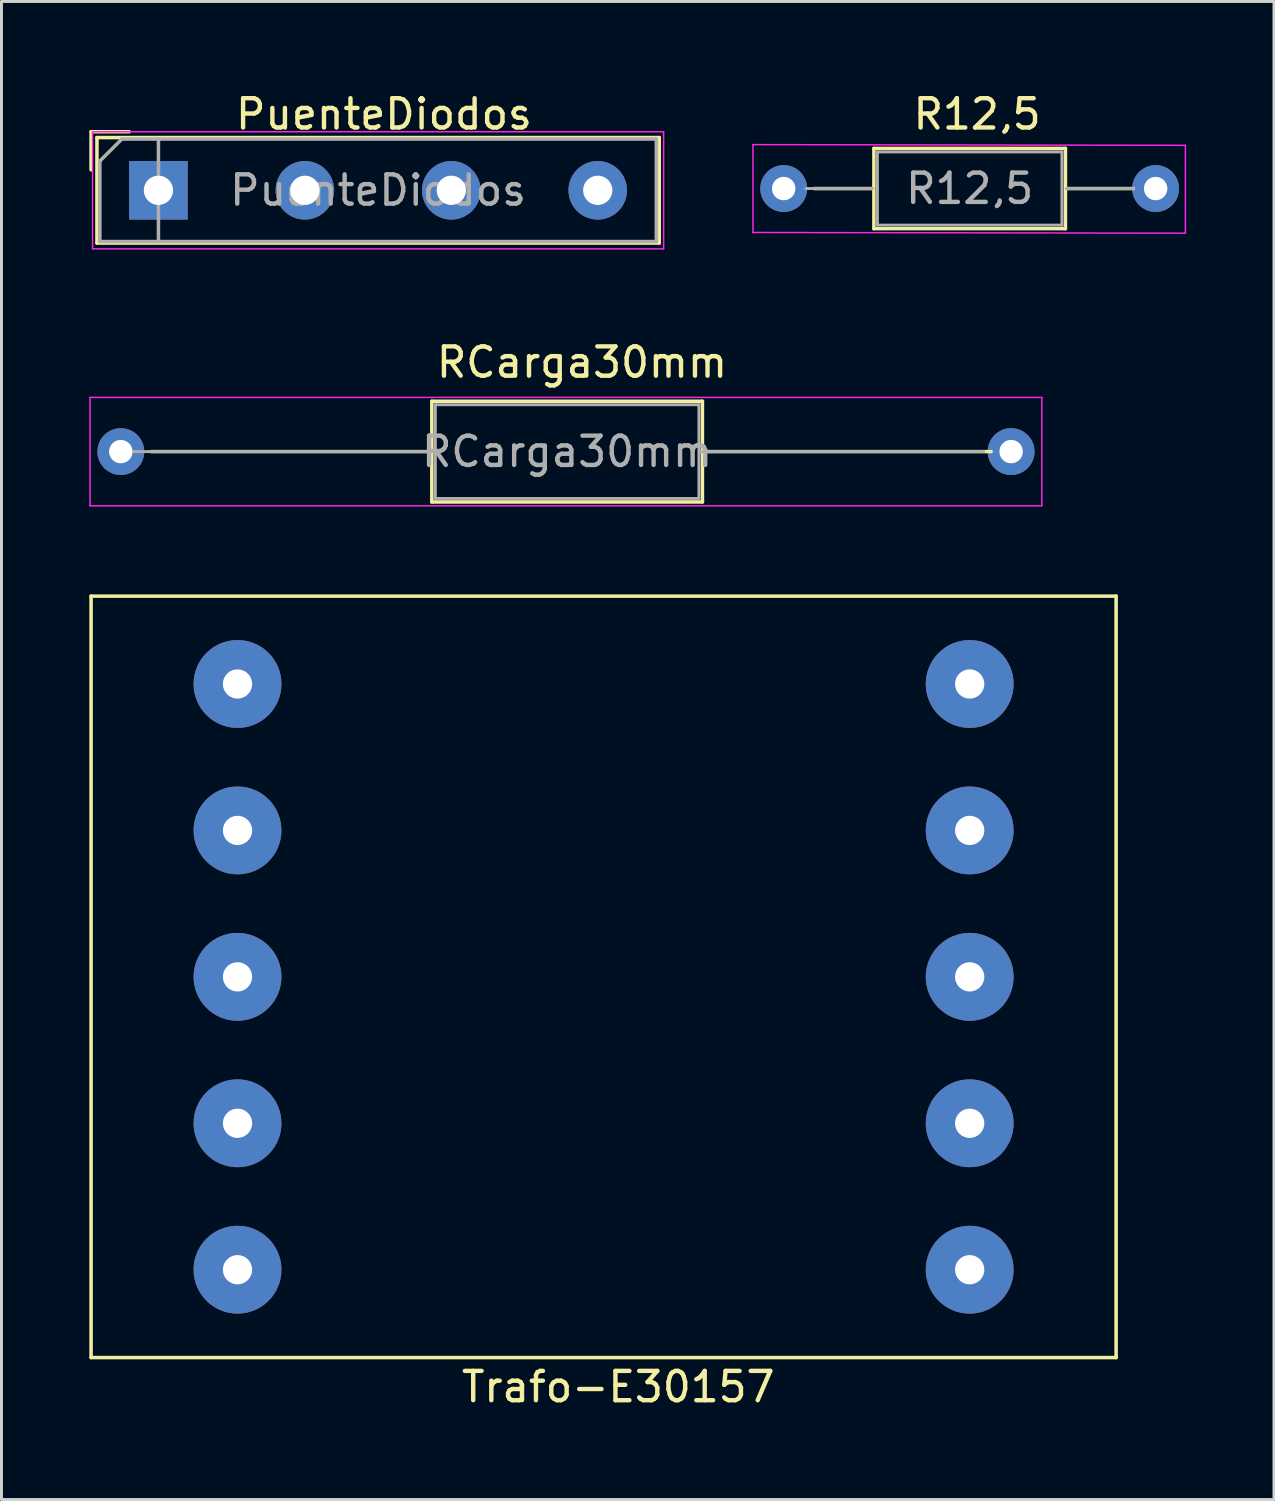
<source format=kicad_pcb>
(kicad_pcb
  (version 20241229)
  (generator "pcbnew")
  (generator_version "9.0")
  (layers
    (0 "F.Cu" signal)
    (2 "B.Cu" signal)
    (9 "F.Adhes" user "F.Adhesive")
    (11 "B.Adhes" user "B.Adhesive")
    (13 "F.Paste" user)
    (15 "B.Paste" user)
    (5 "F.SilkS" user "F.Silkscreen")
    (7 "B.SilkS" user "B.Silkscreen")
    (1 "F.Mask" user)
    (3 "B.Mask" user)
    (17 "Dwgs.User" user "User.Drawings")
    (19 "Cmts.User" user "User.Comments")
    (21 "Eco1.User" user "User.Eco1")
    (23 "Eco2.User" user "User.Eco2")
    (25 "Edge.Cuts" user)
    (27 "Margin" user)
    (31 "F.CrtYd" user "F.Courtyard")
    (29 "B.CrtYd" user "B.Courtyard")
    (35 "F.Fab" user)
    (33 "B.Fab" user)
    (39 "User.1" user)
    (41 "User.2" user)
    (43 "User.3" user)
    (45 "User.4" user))
  (footprint "PuenteDiodos"
    (layer "F.Cu")
    (at 2.36 3.448)
    (property "Reference" "PuenteDiodos" (at 7.7 -2.6 180) (layer "F.SilkS") (effects (font (size 1 1) (thickness 0.15))))
    (attr through_hole)
    (fp_line (start -2.3 -2) (end -1 -2) (stroke (width 0.12) (type solid)) (layer "F.SilkS"))
    (fp_line (start -2.3 -0.7) (end -2.3 -2) (stroke (width 0.12) (type solid)) (layer "F.SilkS"))
    (fp_line (start -2.1 -1.8) (end 17.1 -1.8) (stroke (width 0.12) (type solid)) (layer "F.SilkS"))
    (fp_line (start -2.1 1.8) (end -2.1 -1.8) (stroke (width 0.12) (type solid)) (layer "F.SilkS"))
    (fp_line (start 17.1 -1.8) (end 17.1 1.8) (stroke (width 0.12) (type solid)) (layer "F.SilkS"))
    (fp_line (start 17.1 1.8) (end -2.1 1.8) (stroke (width 0.12) (type solid)) (layer "F.SilkS"))
    (fp_line (start -2.25 -2) (end -2.25 2) (stroke (width 0.05) (type solid)) (layer "F.CrtYd"))
    (fp_line (start -2.25 -2) (end 17.25 -2) (stroke (width 0.05) (type solid)) (layer "F.CrtYd"))
    (fp_line (start 17.25 2) (end -2.25 2) (stroke (width 0.05) (type solid)) (layer "F.CrtYd"))
    (fp_line (start 17.25 2) (end 17.25 -2) (stroke (width 0.05) (type solid)) (layer "F.CrtYd"))
    (fp_line (start -2 -1) (end -1.25 -1.75) (stroke (width 0.12) (type solid)) (layer "F.Fab"))
    (fp_line (start -2 1.75) (end -2 -1) (stroke (width 0.12) (type solid)) (layer "F.Fab"))
    (fp_line (start -1.25 -1.75) (end 17 -1.75) (stroke (width 0.12) (type solid)) (layer "F.Fab"))
    (fp_line (start 0 -1.75) (end 0 1.75) (stroke (width 0.12) (type solid)) (layer "F.Fab"))
    (fp_line (start 17 -1.75) (end 17 1.75) (stroke (width 0.12) (type solid)) (layer "F.Fab"))
    (fp_line (start 17 1.75) (end -2 1.75) (stroke (width 0.12) (type solid)) (layer "F.Fab"))
    (fp_text user "${REFERENCE}" (at 7.5 0 180) (layer "F.Fab") (effects (font (size 1 1) (thickness 0.15))))
    (pad "1" thru_hole circle (at 15 0) (size 2 2) (drill 1) (layers "*.Cu" "*.Mask"))
    (pad "2" thru_hole circle (at 5 0) (size 2 2) (drill 1) (layers "*.Cu" "*.Mask"))
    (pad "3" thru_hole rect (at 0 0) (size 2 2) (drill 1) (layers "*.Cu" "*.Mask"))
    (pad "4" thru_hole circle (at 10 0) (size 2 2) (drill 1) (layers "*.Cu" "*.Mask")))
  (footprint "Trafo-E30157"
    (layer "F.Cu")
    (at 5.06 20.305)
    (property "Reference" "Trafo-E30157" (at 13 24 0) (layer "F.SilkS") (effects (font (size 1 1) (thickness 0.15))))
    (attr through_hole)
    (fp_line (start -5 -3) (end -5 23) (stroke (width 0.12) (type solid)) (layer "F.SilkS"))
    (fp_line (start -5 23) (end 30 23) (stroke (width 0.12) (type solid)) (layer "F.SilkS"))
    (fp_line (start 30 -3) (end -5 -3) (stroke (width 0.12) (type solid)) (layer "F.SilkS"))
    (fp_line (start 30 23) (end 30 -3) (stroke (width 0.12) (type solid)) (layer "F.SilkS"))
    (pad "1" thru_hole circle (at 0 0) (size 3 3) (drill 1) (layers "*.Cu" "*.Mask"))
    (pad "2" thru_hole circle (at 0 5) (size 3 3) (drill 1) (layers "*.Cu" "*.Mask"))
    (pad "3" thru_hole circle (at 0 10) (size 3 3) (drill 1) (layers "*.Cu" "*.Mask"))
    (pad "4" thru_hole circle (at 0 15) (size 3 3) (drill 1) (layers "*.Cu" "*.Mask"))
    (pad "5" thru_hole circle (at 0 20) (size 3 3) (drill 1) (layers "*.Cu" "*.Mask"))
    (pad "6" thru_hole circle (at 25 20) (size 3 3) (drill 1) (layers "*.Cu" "*.Mask"))
    (pad "7" thru_hole circle (at 25 15) (size 3 3) (drill 1) (layers "*.Cu" "*.Mask"))
    (pad "8" thru_hole circle (at 25 10) (size 3 3) (drill 1) (layers "*.Cu" "*.Mask"))
    (pad "9" thru_hole circle (at 25 5) (size 3 3) (drill 1) (layers "*.Cu" "*.Mask"))
    (pad "10" thru_hole circle (at 25 0) (size 3 3) (drill 1) (layers "*.Cu" "*.Mask")))
  (footprint "R12,5"
    (layer "F.Cu")
    (at 23.71 3.388)
    (property "Reference" "R12,5" (at 6.604 -2.54 0) (layer "F.SilkS") (effects (font (size 1 1) (thickness 0.15))))
    (attr through_hole)
    (fp_line (start 1.04 0) (end 3.048 0) (stroke (width 0.12) (type solid)) (layer "F.SilkS"))
    (fp_line (start 3.08 -1.37) (end 3.08 1.37) (stroke (width 0.12) (type solid)) (layer "F.SilkS"))
    (fp_line (start 3.08 1.37) (end 9.62 1.37) (stroke (width 0.12) (type solid)) (layer "F.SilkS"))
    (fp_line (start 9.62 -1.37) (end 3.08 -1.37) (stroke (width 0.12) (type solid)) (layer "F.SilkS"))
    (fp_line (start 9.62 1.37) (end 9.62 -1.37) (stroke (width 0.12) (type solid)) (layer "F.SilkS"))
    (fp_line (start 11.938 0) (end 9.652 0) (stroke (width 0.12) (type solid)) (layer "F.SilkS"))
    (fp_line (start -1.05 -1.5) (end -1.05 1.5) (stroke (width 0.05) (type solid)) (layer "F.CrtYd"))
    (fp_line (start -1.05 1.5) (end 13.716 1.524) (stroke (width 0.05) (type solid)) (layer "F.CrtYd"))
    (fp_line (start 13.716 -1.476) (end -1.05 -1.5) (stroke (width 0.05) (type solid)) (layer "F.CrtYd"))
    (fp_line (start 13.716 1.524) (end 13.716 -1.476) (stroke (width 0.05) (type solid)) (layer "F.CrtYd"))
    (fp_line (start 0.762 0) (end 3.048 0) (stroke (width 0.1) (type solid)) (layer "F.Fab"))
    (fp_line (start 3.2 -1.25) (end 3.2 1.25) (stroke (width 0.1) (type solid)) (layer "F.Fab"))
    (fp_line (start 3.2 1.25) (end 9.5 1.25) (stroke (width 0.1) (type solid)) (layer "F.Fab"))
    (fp_line (start 9.5 -1.25) (end 3.2 -1.25) (stroke (width 0.1) (type solid)) (layer "F.Fab"))
    (fp_line (start 9.5 1.25) (end 9.5 -1.25) (stroke (width 0.1) (type solid)) (layer "F.Fab"))
    (fp_line (start 11.938 0) (end 9.652 0) (stroke (width 0.1) (type solid)) (layer "F.Fab"))
    (fp_text user "${REFERENCE}" (at 6.35 0 0) (layer "F.Fab") (effects (font (size 1 1) (thickness 0.15))))
    (pad "1" thru_hole circle (at 0 0) (size 1.6 1.6) (drill 0.8) (layers "*.Cu" "*.Mask"))
    (pad "2" thru_hole oval (at 12.7 0) (size 1.6 1.6) (drill 0.8) (layers "*.Cu" "*.Mask")))
  (footprint "RCarga30mm"
    (layer "F.Cu")
    (at 1.075 12.37)
    (property "Reference" "RCarga30mm" (at 15.748 -3.048 0) (layer "F.SilkS") (effects (font (size 1 1) (thickness 0.15))))
    (attr through_hole)
    (fp_line (start 1.04 0) (end 10.668 0) (stroke (width 0.12) (type solid)) (layer "F.SilkS"))
    (fp_line (start 10.62 -1.72) (end 10.62 1.72) (stroke (width 0.12) (type solid)) (layer "F.SilkS"))
    (fp_line (start 10.62 1.72) (end 19.86 1.72) (stroke (width 0.12) (type solid)) (layer "F.SilkS"))
    (fp_line (start 19.86 -1.72) (end 10.62 -1.72) (stroke (width 0.12) (type solid)) (layer "F.SilkS"))
    (fp_line (start 19.86 1.72) (end 19.86 -1.72) (stroke (width 0.12) (type solid)) (layer "F.SilkS"))
    (fp_line (start 29.718 0) (end 19.812 0) (stroke (width 0.12) (type solid)) (layer "F.SilkS"))
    (fp_line (start -1.05 -1.85) (end -1.05 1.85) (stroke (width 0.05) (type solid)) (layer "F.CrtYd"))
    (fp_line (start -1.05 1.85) (end 31.45 1.85) (stroke (width 0.05) (type solid)) (layer "F.CrtYd"))
    (fp_line (start 31.45 -1.85) (end -1.05 -1.85) (stroke (width 0.05) (type solid)) (layer "F.CrtYd"))
    (fp_line (start 31.45 1.85) (end 31.45 -1.85) (stroke (width 0.05) (type solid)) (layer "F.CrtYd"))
    (fp_line (start 0 0) (end 10.668 0) (stroke (width 0.1) (type solid)) (layer "F.Fab"))
    (fp_line (start 10.74 -1.6) (end 10.74 1.6) (stroke (width 0.1) (type solid)) (layer "F.Fab"))
    (fp_line (start 10.74 1.6) (end 19.74 1.6) (stroke (width 0.1) (type solid)) (layer "F.Fab"))
    (fp_line (start 19.74 -1.6) (end 10.74 -1.6) (stroke (width 0.1) (type solid)) (layer "F.Fab"))
    (fp_line (start 19.74 1.6) (end 19.74 -1.6) (stroke (width 0.1) (type solid)) (layer "F.Fab"))
    (fp_line (start 29.464 0) (end 19.812 0) (stroke (width 0.1) (type solid)) (layer "F.Fab"))
    (fp_text user "${REFERENCE}" (at 15.24 0 0) (layer "F.Fab") (effects (font (size 1 1) (thickness 0.15))))
    (pad "1" thru_hole circle (at 0 0) (size 1.6 1.6) (drill 0.8) (layers "*.Cu" "*.Mask"))
    (pad "2" thru_hole oval (at 30.4 0) (size 1.6 1.6) (drill 0.8) (layers "*.Cu" "*.Mask")))
  (gr_rect
    (start -3 -3)
    (end 40.451 48.153)
    (stroke (width 0.1) (type default))
    (fill no)
    (layer "Edge.Cuts")))
</source>
